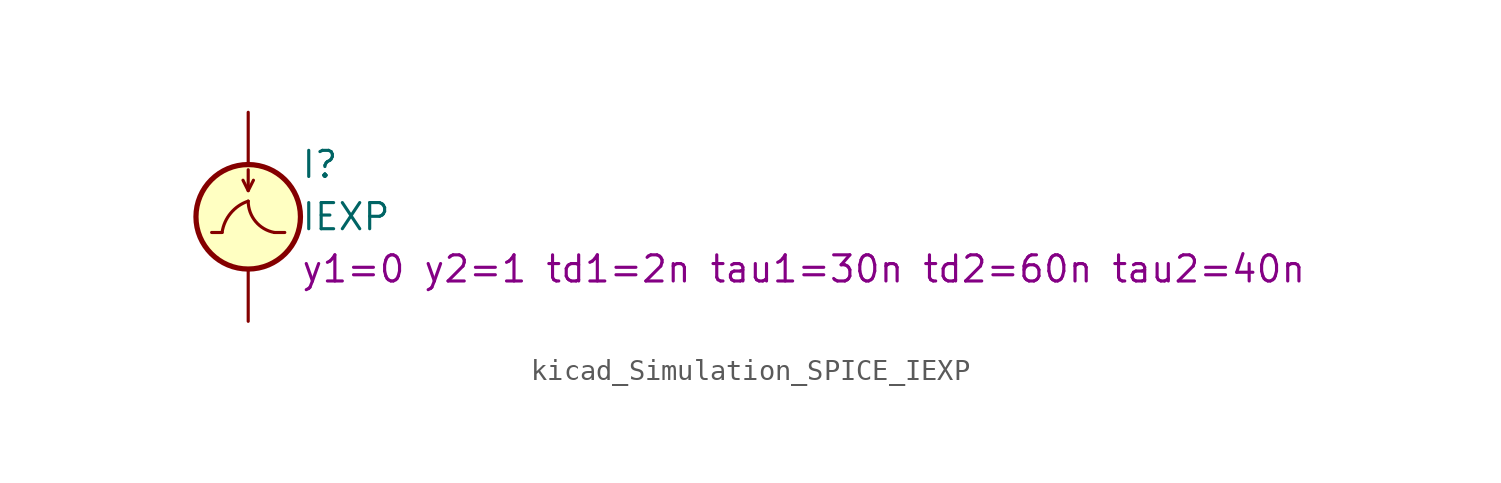
<source format=kicad_sym>
(kicad_symbol_lib
  (version 20220914)
  (generator kicad_symbol_editor)
  (symbol "kicad_Simulation_SPICE_IEXP"
    (pin_numbers hide)
    (pin_names
      (offset 0.025))
    (property "Reference" "I"
      (at 2.54 2.54 0)
      (effects (font (size 1.27 1.27)) (justify left)))
    (property "Value" "IEXP"
      (at 2.54 0 0)
      (effects (font (size 1.27 1.27)) (justify left)))
    (property "Sim.Params" "y1=0 y2=1 td1=2n tau1=30n td2=60n tau2=40n"
      (at 2.54 -2.54 0)
      (effects (font (size 1.27 1.27)) (justify left)))
    (symbol "kicad_Simulation_SPICE_IEXP_0_0"
      (polyline (pts (xy -1.27 -0.762) (xy -1.778 -0.762)) (stroke (width 0) (type default)) (fill (type none)))
      (polyline (pts (xy 1.27 -0.762) (xy 1.778 -0.762)) (stroke (width 0) (type default)) (fill (type none)))
      (arc (start 0 0.762) (mid -0.851 0.1794) (end -1.27 -0.762) (stroke (width 0) (type default)) (fill (type none)))
      (arc (start 0 0.762) (mid 0.3591 -0.2299) (end 1.27 -0.762) (stroke (width 0) (type default)) (fill (type none))))
    (symbol "kicad_Simulation_SPICE_IEXP_0_1"
      (polyline (pts (xy 0 1.27) (xy 0 2.286)) (stroke (width 0) (type default)) (fill (type none)))
      (polyline (pts (xy -0.254 1.778) (xy 0 1.27) (xy 0.254 1.778)) (stroke (width 0) (type default)) (fill (type none)))
      (circle (center 0 0) (radius 2.54) (stroke (width 0.254) (type default)) (fill (type background))))
    (symbol "kicad_Simulation_SPICE_IEXP_1_1"
      (pin passive line (at 0 5.08 270) (length 2.54) (name "~" (effects (font (size 1.27 1.27)))) (number "1" (effects (font (size 1.27 1.27)))))
      (pin passive line (at 0 -5.08 90) (length 2.54) (name "~" (effects (font (size 1.27 1.27)))) (number "2" (effects (font (size 1.27 1.27))))))))
</source>
